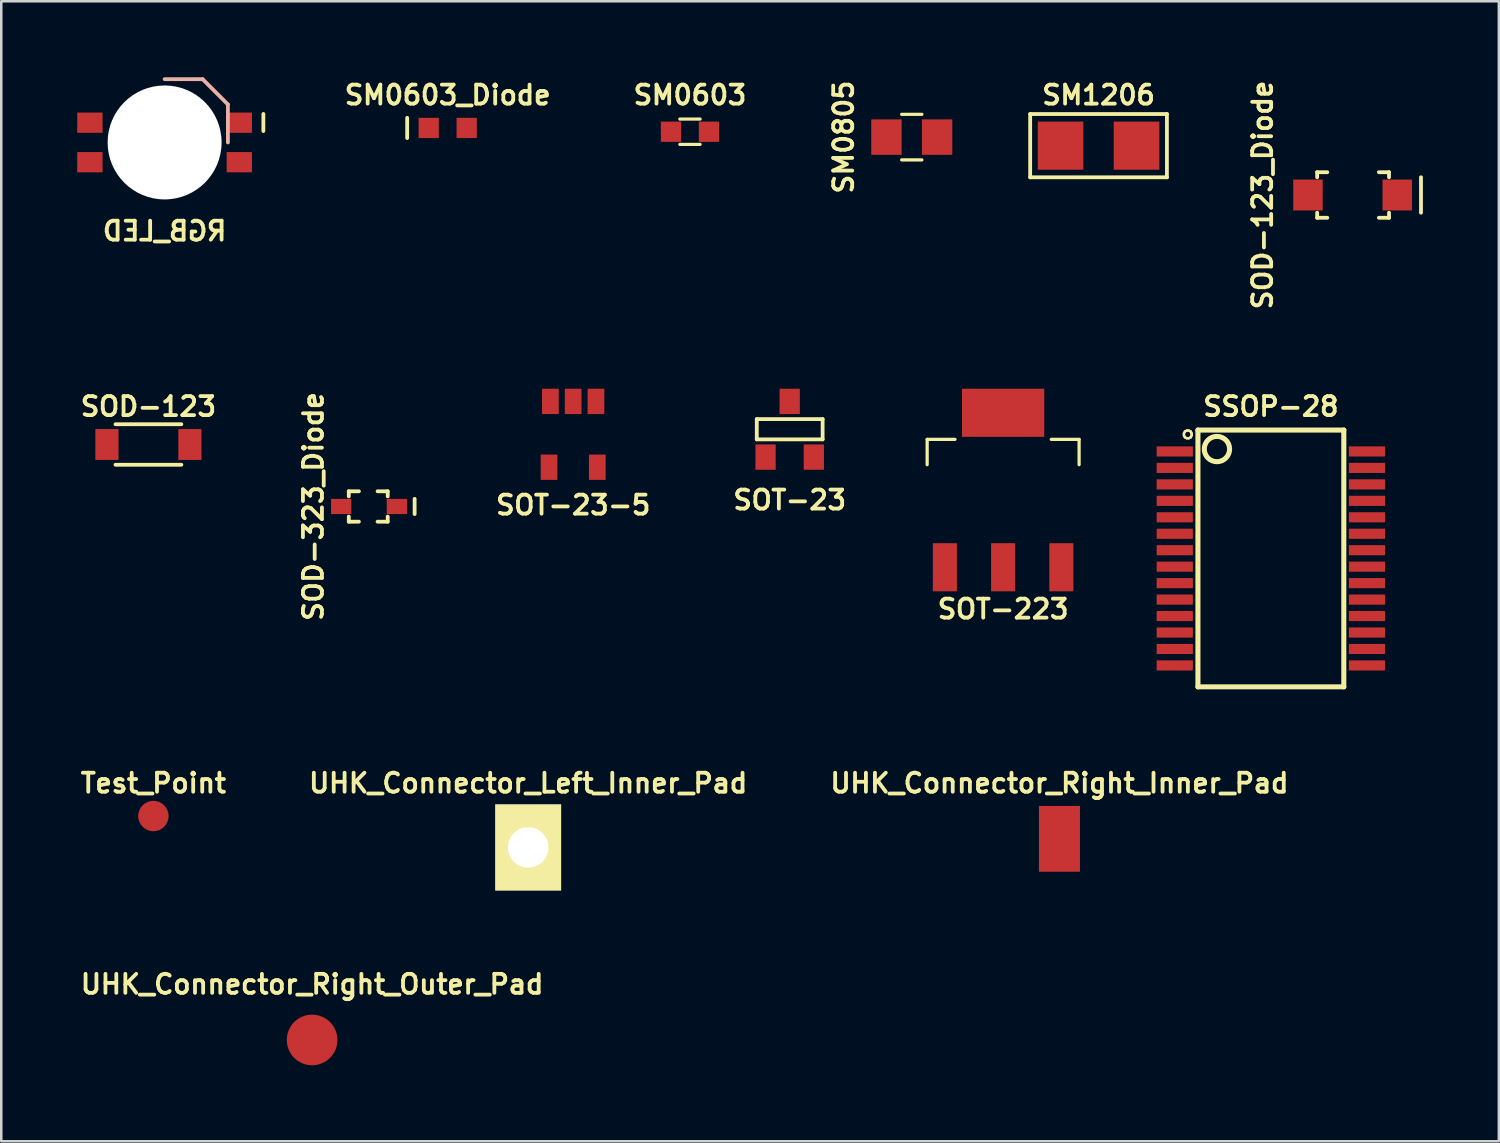
<source format=kicad_pcb>
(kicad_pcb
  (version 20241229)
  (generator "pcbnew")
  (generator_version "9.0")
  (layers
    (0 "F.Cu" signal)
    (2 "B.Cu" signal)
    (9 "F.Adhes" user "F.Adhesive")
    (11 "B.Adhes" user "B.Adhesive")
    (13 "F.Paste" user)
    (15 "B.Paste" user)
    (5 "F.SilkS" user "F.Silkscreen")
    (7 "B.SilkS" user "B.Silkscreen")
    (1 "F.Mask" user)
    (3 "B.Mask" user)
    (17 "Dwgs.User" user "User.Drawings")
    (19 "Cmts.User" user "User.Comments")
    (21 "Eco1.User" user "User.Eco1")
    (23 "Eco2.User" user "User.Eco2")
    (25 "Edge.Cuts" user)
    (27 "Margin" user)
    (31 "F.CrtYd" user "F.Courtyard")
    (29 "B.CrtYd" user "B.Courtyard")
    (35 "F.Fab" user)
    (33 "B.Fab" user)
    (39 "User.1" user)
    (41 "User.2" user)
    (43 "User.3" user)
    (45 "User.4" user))
  (footprint "UHK_Connector_Left_Inner_Pad"
    (layer "F.Cu")
    (at 17.807 30.414)
    (property "Reference" "UHK_Connector_Left_Inner_Pad" (at 0 -2.54 0) (layer "F.SilkS") (effects (font (size 0.75 0.75) (thickness 0.15))))
    (attr through_hole)
    (pad "" np_thru_hole rect (at 0 0) (size 2.6 3.4) (drill 1.6) (layers "*.Cu" "*.Mask" "F.SilkS")))
  (footprint "SOT-23"
    (layer "F.Cu")
    (at 28.134 13.9)
    (property "Reference" "SOT-23" (at 0 2.794 0) (layer "F.SilkS") (effects (font (size 0.75 0.75) (thickness 0.15))))
    (attr smd)
    (fp_line (start -1.3 -0.4) (end -1.3 0.4) (stroke (width 0.15) (type solid)) (layer "F.SilkS"))
    (fp_line (start -1.3 0.4) (end 1.3 0.4) (stroke (width 0.15) (type solid)) (layer "F.SilkS"))
    (fp_line (start 1.3 -0.4) (end -1.3 -0.4) (stroke (width 0.15) (type solid)) (layer "F.SilkS"))
    (fp_line (start 1.3 -0.4) (end 1.3 0.4) (stroke (width 0.15) (type solid)) (layer "F.SilkS"))
    (pad "1" smd rect (at -0.953 1.1) (size 0.8 1.001) (layers "F.Cu" "F.Mask" "F.Paste"))
    (pad "2" smd rect (at 0.953 1.1) (size 0.8 1.001) (layers "F.Cu" "F.Mask" "F.Paste"))
    (pad "3" smd rect (at 0 -1.1) (size 0.8 1.001) (layers "F.Cu" "F.Mask" "F.Paste")))
  (footprint "SOD-123"
    (layer "F.Cu")
    (at 2.811 14.502)
    (property "Reference" "SOD-123" (at 0 -1.5 0) (layer "F.SilkS") (effects (font (size 0.75 0.75) (thickness 0.15))))
    (attr smd)
    (fp_line (start -1.3 -0.8) (end 1.3 -0.8) (stroke (width 0.15) (type solid)) (layer "F.SilkS"))
    (fp_line (start -1.3 0.8) (end 1.3 0.8) (stroke (width 0.15) (type solid)) (layer "F.SilkS"))
    (pad "1" smd rect (at -1.638 0) (size 0.914 1.219) (layers "F.Cu" "F.Mask" "F.Paste"))
    (pad "2" smd rect (at 1.638 0) (size 0.914 1.219) (layers "F.Cu" "F.Mask" "F.Paste")))
  (footprint "SM0805"
    (layer "F.Cu")
    (at 32.955 2.364)
    (property "Reference" "SM0805" (at -2.692 0 90) (layer "F.SilkS") (effects (font (size 0.75 0.75) (thickness 0.15))))
    (attr smd)
    (fp_line (start -0.4 -0.9) (end 0.4 -0.9) (stroke (width 0.127) (type solid)) (layer "F.SilkS"))
    (fp_line (start 0.4 0.9) (end -0.4 0.9) (stroke (width 0.127) (type solid)) (layer "F.SilkS"))
    (pad "1" smd rect (at -1 0) (size 1.2 1.4) (layers "F.Cu" "F.Mask" "F.Paste"))
    (pad "2" smd rect (at 1 0) (size 1.2 1.4) (layers "F.Cu" "F.Mask" "F.Paste")))
  (footprint "SOD-323_Diode"
    (layer "F.Cu")
    (at 11.523 16.95)
    (property "Reference" "SOD-323_Diode" (at -2.2 0 90) (layer "F.SilkS") (effects (font (size 0.75 0.75) (thickness 0.15))))
    (attr smd)
    (fp_line (start -0.8 -0.6) (end -0.8 -0.4) (stroke (width 0.15) (type solid)) (layer "F.SilkS"))
    (fp_line (start -0.8 -0.6) (end -0.4 -0.6) (stroke (width 0.15) (type solid)) (layer "F.SilkS"))
    (fp_line (start -0.8 0.6) (end -0.8 0.4) (stroke (width 0.15) (type solid)) (layer "F.SilkS"))
    (fp_line (start -0.8 0.6) (end -0.4 0.6) (stroke (width 0.15) (type solid)) (layer "F.SilkS"))
    (fp_line (start 0.737 -0.6) (end 0.337 -0.6) (stroke (width 0.15) (type solid)) (layer "F.SilkS"))
    (fp_line (start 0.737 -0.6) (end 0.737 -0.4) (stroke (width 0.15) (type solid)) (layer "F.SilkS"))
    (fp_line (start 0.737 0.6) (end 0.337 0.6) (stroke (width 0.15) (type solid)) (layer "F.SilkS"))
    (fp_line (start 0.737 0.6) (end 0.737 0.4) (stroke (width 0.15) (type solid)) (layer "F.SilkS"))
    (fp_line (start 1.8 -0.3) (end 1.8 0.3) (stroke (width 0.15) (type solid)) (layer "F.SilkS"))
    (pad "1" smd rect (at -1.1 0) (size 0.8 0.6) (layers "F.Cu" "F.Mask" "F.Paste"))
    (pad "2" smd rect (at 1.1 0) (size 0.8 0.6) (layers "F.Cu" "F.Mask" "F.Paste")))
  (footprint "UHK_Connector_Right_Inner_Pad"
    (layer "F.Cu")
    (at 38.786 30.074)
    (property "Reference" "UHK_Connector_Right_Inner_Pad" (at 0 -2.2 0) (layer "F.SilkS") (effects (font (size 0.75 0.75) (thickness 0.15))))
    (attr through_hole)
    (pad "1" smd rect (at 0 0) (size 1.62 2.6) (layers "F.Cu" "F.Mask" "F.Paste")))
  (footprint "Test_Point"
    (layer "F.Cu")
    (at 3.007 29.174)
    (property "Reference" "Test_Point" (at 0 -1.3 0) (layer "F.SilkS") (effects (font (size 0.75 0.75) (thickness 0.15))))
    (attr exclude_from_pos_files exclude_from_bom)
    (pad "1" smd circle (at 0 0) (size 1.2 1.2) (layers "F.Cu" "F.Mask")))
  (footprint "SM1206"
    (layer "F.Cu")
    (at 40.33 2.702)
    (property "Reference" "SM1206" (at 0 -2 0) (layer "F.SilkS") (effects (font (size 0.75 0.75) (thickness 0.15))))
    (attr smd)
    (fp_line (start -2.7 -1.25) (end 2.7 -1.25) (stroke (width 0.15) (type solid)) (layer "F.SilkS"))
    (fp_line (start -2.7 1.25) (end -2.7 -1.25) (stroke (width 0.15) (type solid)) (layer "F.SilkS"))
    (fp_line (start 2.7 -1.25) (end 2.7 1.25) (stroke (width 0.15) (type solid)) (layer "F.SilkS"))
    (fp_line (start 2.7 1.25) (end -2.7 1.25) (stroke (width 0.15) (type solid)) (layer "F.SilkS"))
    (pad "1" smd rect (at -1.5 0) (size 1.8 1.9) (layers "F.Cu" "F.Mask"))
    (pad "2" smd rect (at 1.5 0) (size 1.8 1.9) (layers "F.Cu" "F.Mask")))
  (footprint "SM0603"
    (layer "F.Cu")
    (at 24.196 2.152)
    (property "Reference" "SM0603" (at 0 -1.45 0) (layer "F.SilkS") (effects (font (size 0.75 0.75) (thickness 0.15))))
    (attr smd)
    (fp_line (start -0.4 -0.5) (end 0.4 -0.5) (stroke (width 0.127) (type solid)) (layer "F.SilkS"))
    (fp_line (start 0.4 0.5) (end -0.4 0.5) (stroke (width 0.127) (type solid)) (layer "F.SilkS"))
    (pad "1" smd rect (at -0.75 0) (size 0.8 0.8) (layers "F.Cu" "F.Mask" "F.Paste"))
    (pad "2" smd rect (at 0.75 0) (size 0.8 0.8) (layers "F.Cu" "F.Mask" "F.Paste")))
  (footprint "SM0603_Diode"
    (layer "F.Cu")
    (at 14.629 2.002)
    (property "Reference" "SM0603_Diode" (at 0 -1.3 0) (layer "F.SilkS") (effects (font (size 0.75 0.75) (thickness 0.15))))
    (attr smd)
    (fp_line (start -1.6 -0.4) (end -1.6 0.4) (stroke (width 0.15) (type solid)) (layer "F.SilkS"))
    (pad "1" smd rect (at -0.75 0) (size 0.8 0.8) (layers "F.Cu" "F.Mask" "F.Paste"))
    (pad "2" smd rect (at 0.75 0) (size 0.8 0.8) (layers "F.Cu" "F.Mask" "F.Paste")))
  (footprint "SOD-123_Diode"
    (layer "F.Cu")
    (at 50.363 4.65)
    (property "Reference" "SOD-123_Diode" (at -3.556 0 90) (layer "F.SilkS") (effects (font (size 0.75 0.75) (thickness 0.15))))
    (attr smd)
    (fp_line (start -1.4 -0.9) (end -1.4 -0.7) (stroke (width 0.15) (type solid)) (layer "F.SilkS"))
    (fp_line (start -1.4 -0.9) (end -1 -0.9) (stroke (width 0.15) (type solid)) (layer "F.SilkS"))
    (fp_line (start -1.4 0.9) (end -1.4 0.7) (stroke (width 0.15) (type solid)) (layer "F.SilkS"))
    (fp_line (start -1.4 0.9) (end -1 0.9) (stroke (width 0.15) (type solid)) (layer "F.SilkS"))
    (fp_line (start 1.437 -0.9) (end 1.037 -0.9) (stroke (width 0.15) (type solid)) (layer "F.SilkS"))
    (fp_line (start 1.437 -0.9) (end 1.437 -0.7) (stroke (width 0.15) (type solid)) (layer "F.SilkS"))
    (fp_line (start 1.437 0.9) (end 1.037 0.9) (stroke (width 0.15) (type solid)) (layer "F.SilkS"))
    (fp_line (start 1.437 0.9) (end 1.437 0.7) (stroke (width 0.15) (type solid)) (layer "F.SilkS"))
    (fp_line (start 2.7 -0.7) (end 2.7 0.7) (stroke (width 0.15) (type solid)) (layer "F.SilkS"))
    (pad "1" smd rect (at -1.763 0) (size 1.164 1.219) (layers "F.Cu" "F.Mask" "F.Paste"))
    (pad "2" smd rect (at 1.763 0) (size 1.164 1.219) (layers "F.Cu" "F.Mask" "F.Paste")))
  (footprint "RGB_LED"
    (layer "F.Cu")
    (at 3.45 2.575)
    (property "Reference" "RGB_LED" (at 0 3.5 0) (layer "F.SilkS") (effects (font (size 0.75 0.75) (thickness 0.15)) (justify mirror)))
    (attr smd)
    (fp_line (start 3.9 -0.45) (end 3.9 -1.125) (stroke (width 0.15) (type solid)) (layer "F.SilkS"))
    (fp_line (start 1.5 -2.5) (end 0 -2.5) (stroke (width 0.15) (type solid)) (layer "B.SilkS"))
    (fp_line (start 2.5 -1.5) (end 1.5 -2.5) (stroke (width 0.15) (type solid)) (layer "B.SilkS"))
    (fp_line (start 2.5 0) (end 2.5 -1.5) (stroke (width 0.15) (type solid)) (layer "B.SilkS"))
    (pad "" np_thru_hole circle (at 0 0) (size 4.5 4.5) (drill 4.5) (layers "*.Cu" "*.Mask"))
    (pad "1" smd rect (at -2.95 0.78 90) (size 0.8 1) (layers "F.Cu" "F.Mask" "F.Paste"))
    (pad "2" smd rect (at -2.95 -0.78 90) (size 0.8 1) (layers "F.Cu" "F.Mask" "F.Paste"))
    (pad "3" smd rect (at 2.95 0.78 90) (size 0.8 1) (layers "F.Cu" "F.Mask" "F.Paste"))
    (pad "4" smd rect (at 2.95 -0.78 90) (size 0.8 1) (layers "F.Cu" "F.Mask" "F.Paste")))
  (footprint "SOT-23-5"
    (layer "F.Cu")
    (at 19.584 14.1)
    (property "Reference" "SOT-23-5" (at 0 2.794 0) (layer "F.SilkS") (effects (font (size 0.75 0.75) (thickness 0.15))))
    (attr smd)
    (pad "1" smd rect (at 0.9 -1.3) (size 0.66 1) (layers "F.Cu" "F.Mask" "F.Paste"))
    (pad "2" smd rect (at 0 -1.3) (size 0.66 1) (layers "F.Cu" "F.Mask" "F.Paste"))
    (pad "3" smd rect (at -0.9 -1.3) (size 0.66 1) (layers "F.Cu" "F.Mask" "F.Paste"))
    (pad "4" smd rect (at -0.953 1.3) (size 0.66 1) (layers "F.Cu" "F.Mask" "F.Paste"))
    (pad "5" smd rect (at 0.953 1.3) (size 0.66 1) (layers "F.Cu" "F.Mask" "F.Paste")))
  (footprint "SOT-223"
    (layer "F.Cu")
    (at 36.562 16.3)
    (property "Reference" "SOT-223" (at 0 4.7 0) (layer "F.SilkS") (effects (font (size 0.75 0.75) (thickness 0.15))))
    (attr smd)
    (fp_line (start -3 -2) (end -3 -1) (stroke (width 0.127) (type solid)) (layer "F.SilkS"))
    (fp_line (start -3 -2) (end -1.9 -2) (stroke (width 0.127) (type solid)) (layer "F.SilkS"))
    (fp_line (start 1.9 -2) (end 3 -2) (stroke (width 0.127) (type solid)) (layer "F.SilkS"))
    (fp_line (start 3 -2) (end 3 -1) (stroke (width 0.127) (type solid)) (layer "F.SilkS"))
    (pad "1" smd rect (at -2.3 3.05) (size 0.95 1.9) (layers "F.Cu" "F.Mask" "F.Paste"))
    (pad "2" smd rect (at 0 -3.05) (size 3.25 1.9) (layers "F.Cu" "F.Mask" "F.Paste"))
    (pad "2" smd rect (at 0 3.05) (size 0.95 1.9) (layers "F.Cu" "F.Mask" "F.Paste"))
    (pad "3" smd rect (at 2.3 3.05) (size 0.95 1.9) (layers "F.Cu" "F.Mask" "F.Paste")))
  (footprint "UHK_Connector_Right_Outer_Pad"
    (layer "F.Cu")
    (at 9.275 38.016)
    (property "Reference" "UHK_Connector_Right_Outer_Pad" (at 0 -2.2 0) (layer "F.SilkS") (effects (font (size 0.75 0.75) (thickness 0.15))))
    (attr through_hole)
    (pad "1" smd circle (at 0 0) (size 2 2) (layers "F.Cu" "F.Mask")))
  (footprint "SSOP-28"
    (layer "F.Cu")
    (at 47.135 19.002)
    (property "Reference" "SSOP-28" (at 0 -6 0) (layer "F.SilkS") (effects (font (size 0.75 0.75) (thickness 0.15))))
    (attr smd)
    (fp_line (start -2.88 -5.07) (end 2.88 -5.07) (stroke (width 0.2) (type solid)) (layer "F.SilkS"))
    (fp_line (start -2.88 5.07) (end -2.88 -5.07) (stroke (width 0.2) (type solid)) (layer "F.SilkS"))
    (fp_line (start 2.88 -5.07) (end 2.88 5.07) (stroke (width 0.2) (type solid)) (layer "F.SilkS"))
    (fp_line (start 2.88 5.07) (end -2.88 5.07) (stroke (width 0.2) (type solid)) (layer "F.SilkS"))
    (fp_circle (center -2.13 -4.32) (end -1.63 -4.32) (stroke (width 0.2) (type solid)) (fill no) (layer "F.SilkS"))
    (fp_text user "○" (at -3.28 -4.925 0) (layer "F.SilkS") (effects (font (size 0.4 0.4) (thickness 0.1))))
    (pad "1" smd rect (at -3.795 -4.225) (size 1.43 0.4) (layers "F.Cu" "F.Mask" "F.Paste"))
    (pad "2" smd rect (at -3.795 -3.575) (size 1.43 0.4) (layers "F.Cu" "F.Mask" "F.Paste"))
    (pad "3" smd rect (at -3.795 -2.925) (size 1.43 0.4) (layers "F.Cu" "F.Mask" "F.Paste"))
    (pad "4" smd rect (at -3.795 -2.275) (size 1.43 0.4) (layers "F.Cu" "F.Mask" "F.Paste"))
    (pad "5" smd rect (at -3.795 -1.625) (size 1.43 0.4) (layers "F.Cu" "F.Mask" "F.Paste"))
    (pad "6" smd rect (at -3.795 -0.975) (size 1.43 0.4) (layers "F.Cu" "F.Mask" "F.Paste"))
    (pad "7" smd rect (at -3.795 -0.325) (size 1.43 0.4) (layers "F.Cu" "F.Mask" "F.Paste"))
    (pad "8" smd rect (at -3.795 0.325) (size 1.43 0.4) (layers "F.Cu" "F.Mask" "F.Paste"))
    (pad "9" smd rect (at -3.795 0.975) (size 1.43 0.4) (layers "F.Cu" "F.Mask" "F.Paste"))
    (pad "10" smd rect (at -3.795 1.625) (size 1.43 0.4) (layers "F.Cu" "F.Mask" "F.Paste"))
    (pad "11" smd rect (at -3.795 2.275) (size 1.43 0.4) (layers "F.Cu" "F.Mask" "F.Paste"))
    (pad "12" smd rect (at -3.795 2.925) (size 1.43 0.4) (layers "F.Cu" "F.Mask" "F.Paste"))
    (pad "13" smd rect (at -3.795 3.575) (size 1.43 0.4) (layers "F.Cu" "F.Mask" "F.Paste"))
    (pad "14" smd rect (at -3.795 4.225) (size 1.43 0.4) (layers "F.Cu" "F.Mask" "F.Paste"))
    (pad "15" smd rect (at 3.795 4.225) (size 1.43 0.4) (layers "F.Cu" "F.Mask" "F.Paste"))
    (pad "16" smd rect (at 3.795 3.575) (size 1.43 0.4) (layers "F.Cu" "F.Mask" "F.Paste"))
    (pad "17" smd rect (at 3.795 2.925) (size 1.43 0.4) (layers "F.Cu" "F.Mask" "F.Paste"))
    (pad "18" smd rect (at 3.795 2.275) (size 1.43 0.4) (layers "F.Cu" "F.Mask" "F.Paste"))
    (pad "19" smd rect (at 3.795 1.625) (size 1.43 0.4) (layers "F.Cu" "F.Mask" "F.Paste"))
    (pad "20" smd rect (at 3.795 0.975) (size 1.43 0.4) (layers "F.Cu" "F.Mask" "F.Paste"))
    (pad "21" smd rect (at 3.795 0.325) (size 1.43 0.4) (layers "F.Cu" "F.Mask" "F.Paste"))
    (pad "22" smd rect (at 3.795 -0.325) (size 1.43 0.4) (layers "F.Cu" "F.Mask" "F.Paste"))
    (pad "23" smd rect (at 3.795 -0.975) (size 1.43 0.4) (layers "F.Cu" "F.Mask" "F.Paste"))
    (pad "24" smd rect (at 3.795 -1.625) (size 1.43 0.4) (layers "F.Cu" "F.Mask" "F.Paste"))
    (pad "25" smd rect (at 3.795 -2.275) (size 1.43 0.4) (layers "F.Cu" "F.Mask" "F.Paste"))
    (pad "26" smd rect (at 3.795 -2.925) (size 1.43 0.4) (layers "F.Cu" "F.Mask" "F.Paste"))
    (pad "27" smd rect (at 3.795 -3.575) (size 1.43 0.4) (layers "F.Cu" "F.Mask" "F.Paste"))
    (pad "28" smd rect (at 3.795 -4.225) (size 1.43 0.4) (layers "F.Cu" "F.Mask" "F.Paste")))
  (gr_rect
    (start -3 -3)
    (end 56.138 42.016)
    (stroke (width 0.1) (type default))
    (fill no)
    (layer "Edge.Cuts")))
</source>
